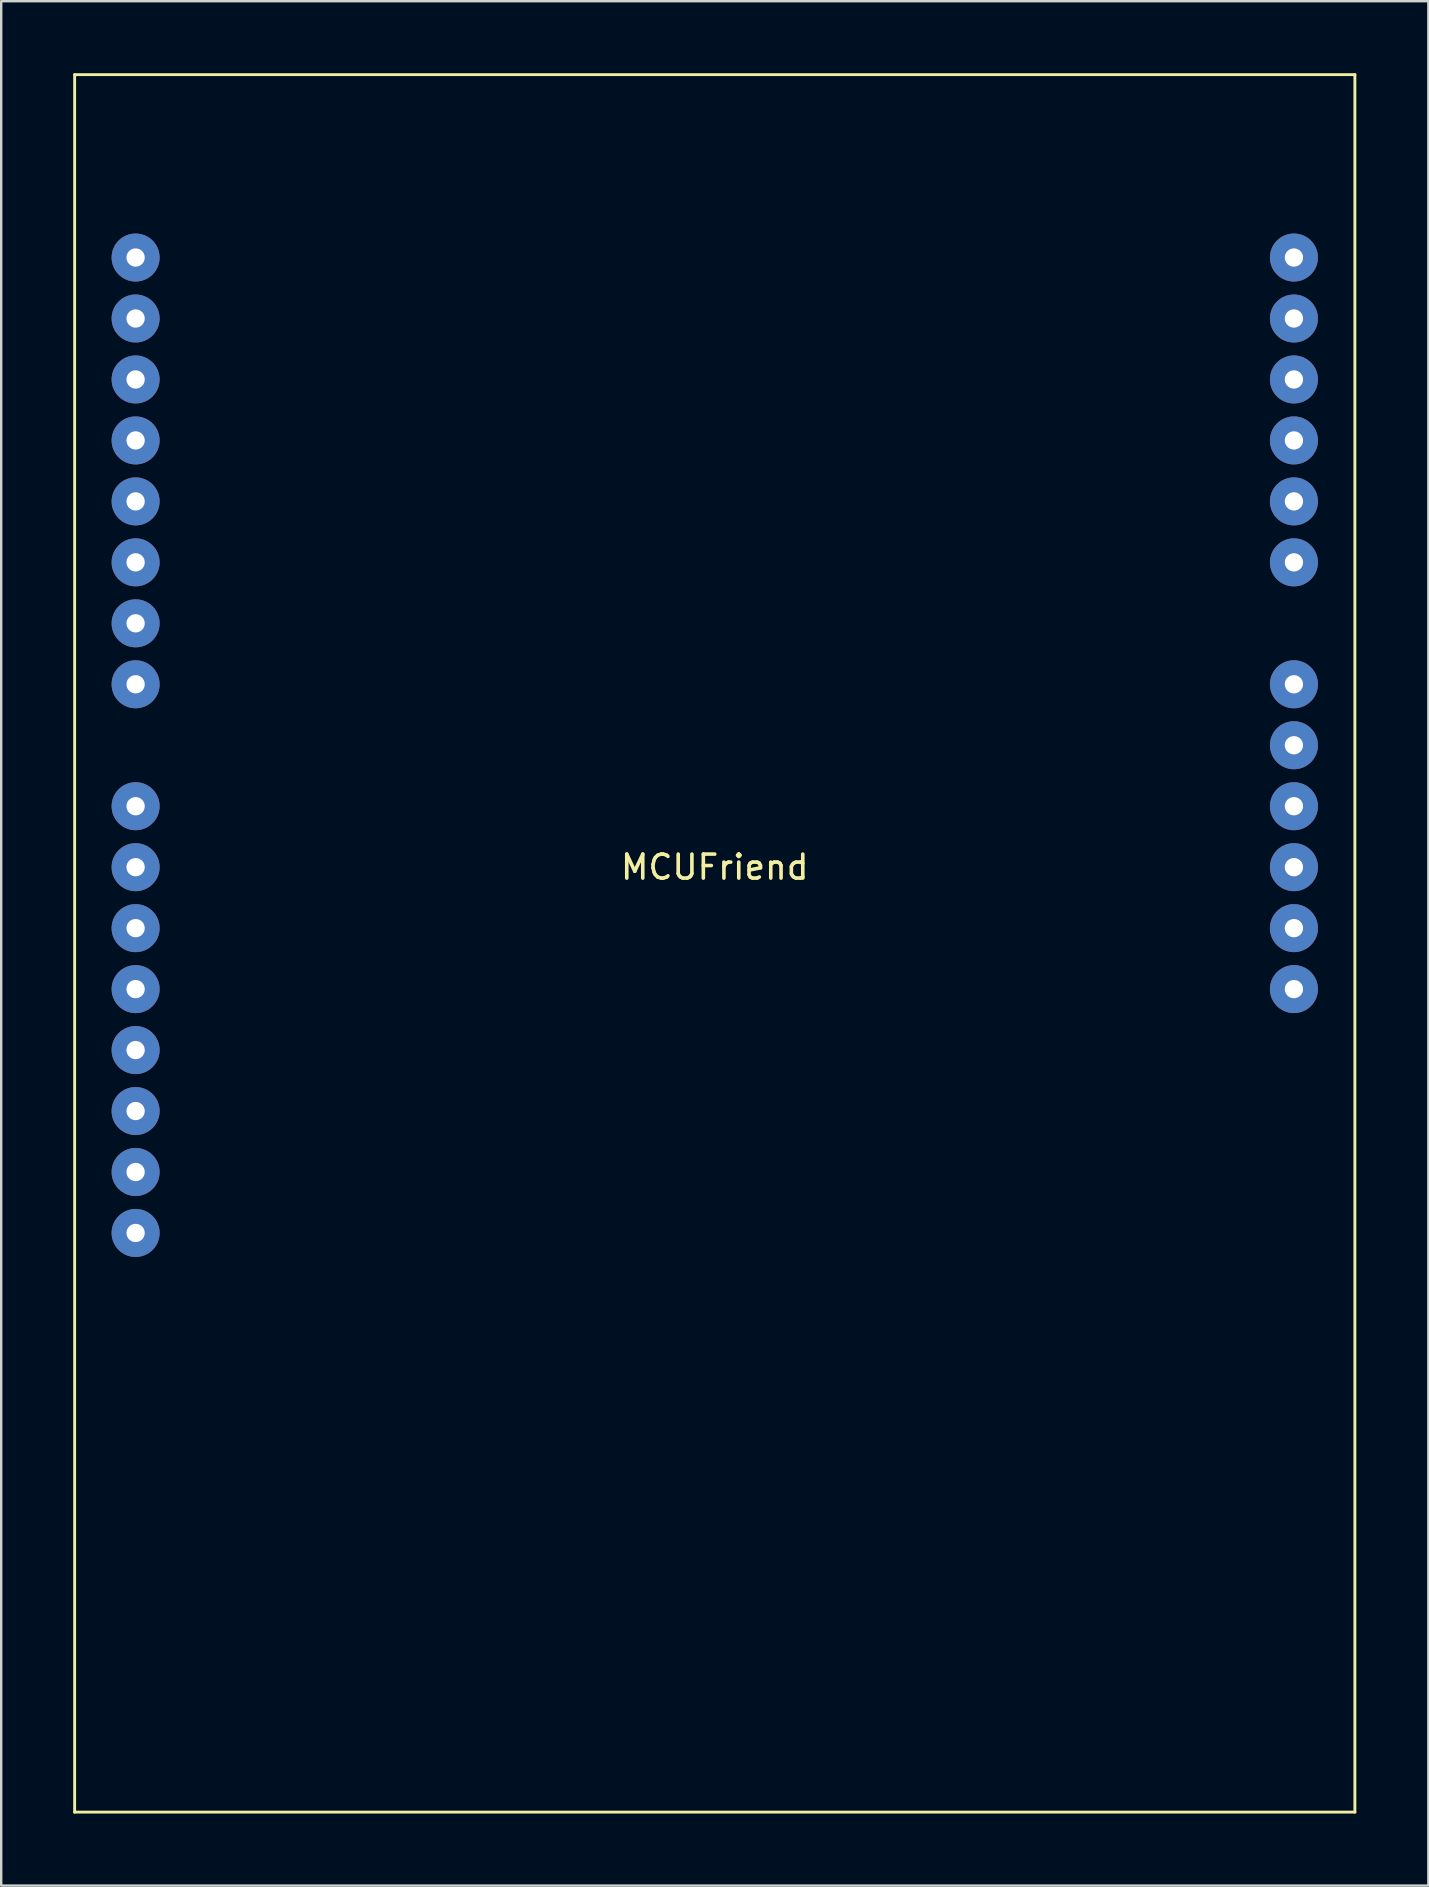
<source format=kicad_pcb>
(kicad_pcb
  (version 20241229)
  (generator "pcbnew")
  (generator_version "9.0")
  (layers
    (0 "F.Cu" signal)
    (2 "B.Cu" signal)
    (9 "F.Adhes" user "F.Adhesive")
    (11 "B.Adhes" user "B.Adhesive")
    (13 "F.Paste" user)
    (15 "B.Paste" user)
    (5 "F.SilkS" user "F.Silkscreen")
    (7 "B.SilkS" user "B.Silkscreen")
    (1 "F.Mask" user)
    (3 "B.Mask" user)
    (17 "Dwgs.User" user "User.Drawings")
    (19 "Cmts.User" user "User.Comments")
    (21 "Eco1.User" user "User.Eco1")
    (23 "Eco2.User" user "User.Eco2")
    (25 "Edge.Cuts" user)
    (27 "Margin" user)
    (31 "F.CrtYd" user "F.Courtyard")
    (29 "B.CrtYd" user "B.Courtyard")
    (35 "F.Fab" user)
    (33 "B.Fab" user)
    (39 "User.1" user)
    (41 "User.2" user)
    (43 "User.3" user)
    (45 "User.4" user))
  (footprint "MCUFriend"
    (layer "F.Cu")
    (at 26.73 33.08)
    (property "Reference" "MCUFriend" (at 0 0 0) (layer "F.SilkS") (effects (font (size 1 1) (thickness 0.15))))
    (attr through_hole)
    (fp_line (start -26.67 -33.02) (end 26.67 -33.02) (stroke (width 0.12) (type solid)) (layer "F.SilkS"))
    (fp_line (start -26.67 39.37) (end -26.67 -33.02) (stroke (width 0.12) (type solid)) (layer "F.SilkS"))
    (fp_line (start 26.67 -33.02) (end 26.67 39.37) (stroke (width 0.12) (type solid)) (layer "F.SilkS"))
    (fp_line (start 26.67 39.37) (end -26.67 39.37) (stroke (width 0.12) (type solid)) (layer "F.SilkS"))
    (pad "1" thru_hole circle (at -24.13 -25.4) (size 2 2) (drill 0.762) (layers "*.Cu" "*.Mask"))
    (pad "2" thru_hole circle (at -24.13 -22.86) (size 2 2) (drill 0.762) (layers "*.Cu" "*.Mask"))
    (pad "3" thru_hole circle (at -24.13 -20.32) (size 2 2) (drill 0.762) (layers "*.Cu" "*.Mask"))
    (pad "4" thru_hole circle (at -24.13 -17.78) (size 2 2) (drill 0.762) (layers "*.Cu" "*.Mask"))
    (pad "5" thru_hole circle (at -24.13 -15.24) (size 2 2) (drill 0.762) (layers "*.Cu" "*.Mask"))
    (pad "6" thru_hole circle (at -24.13 -12.7) (size 2 2) (drill 0.762) (layers "*.Cu" "*.Mask"))
    (pad "7" thru_hole circle (at -24.13 -10.16) (size 2 2) (drill 0.762) (layers "*.Cu" "*.Mask"))
    (pad "8" thru_hole circle (at -24.13 -7.62) (size 2 2) (drill 0.762) (layers "*.Cu" "*.Mask"))
    (pad "9" thru_hole circle (at -24.13 -2.54) (size 2 2) (drill 0.762) (layers "*.Cu" "*.Mask"))
    (pad "10" thru_hole circle (at -24.13 0) (size 2 2) (drill 0.762) (layers "*.Cu" "*.Mask"))
    (pad "11" thru_hole circle (at -24.13 2.54) (size 2 2) (drill 0.762) (layers "*.Cu" "*.Mask"))
    (pad "12" thru_hole circle (at -24.13 5.08) (size 2 2) (drill 0.762) (layers "*.Cu" "*.Mask"))
    (pad "13" thru_hole circle (at -24.13 7.62) (size 2 2) (drill 0.762) (layers "*.Cu" "*.Mask"))
    (pad "14" thru_hole circle (at -24.13 10.16) (size 2 2) (drill 0.762) (layers "*.Cu" "*.Mask"))
    (pad "15" thru_hole circle (at -24.13 12.7) (size 2 2) (drill 0.762) (layers "*.Cu" "*.Mask"))
    (pad "16" thru_hole circle (at -24.13 15.24) (size 2 2) (drill 0.762) (layers "*.Cu" "*.Mask"))
    (pad "17" thru_hole circle (at 24.13 -25.4) (size 2 2) (drill 0.762) (layers "*.Cu" "*.Mask"))
    (pad "18" thru_hole circle (at 24.13 -22.86) (size 2 2) (drill 0.762) (layers "*.Cu" "*.Mask"))
    (pad "19" thru_hole circle (at 24.13 -20.32) (size 2 2) (drill 0.762) (layers "*.Cu" "*.Mask"))
    (pad "20" thru_hole circle (at 24.13 -17.78) (size 2 2) (drill 0.762) (layers "*.Cu" "*.Mask"))
    (pad "21" thru_hole circle (at 24.13 -15.24) (size 2 2) (drill 0.762) (layers "*.Cu" "*.Mask"))
    (pad "22" thru_hole circle (at 24.13 -12.7) (size 2 2) (drill 0.762) (layers "*.Cu" "*.Mask"))
    (pad "23" thru_hole circle (at 24.13 -7.62) (size 2 2) (drill 0.762) (layers "*.Cu" "*.Mask"))
    (pad "24" thru_hole circle (at 24.13 -5.08) (size 2 2) (drill 0.762) (layers "*.Cu" "*.Mask"))
    (pad "25" thru_hole circle (at 24.13 -2.54) (size 2 2) (drill 0.762) (layers "*.Cu" "*.Mask"))
    (pad "26" thru_hole circle (at 24.13 0) (size 2 2) (drill 0.762) (layers "*.Cu" "*.Mask"))
    (pad "27" thru_hole circle (at 24.13 2.54) (size 2 2) (drill 0.762) (layers "*.Cu" "*.Mask"))
    (pad "28" thru_hole circle (at 24.13 5.08) (size 2 2) (drill 0.762) (layers "*.Cu" "*.Mask")))
  (gr_rect
    (start -3 -3)
    (end 56.46 75.51)
    (stroke (width 0.1) (type default))
    (fill no)
    (layer "Edge.Cuts")))
</source>
